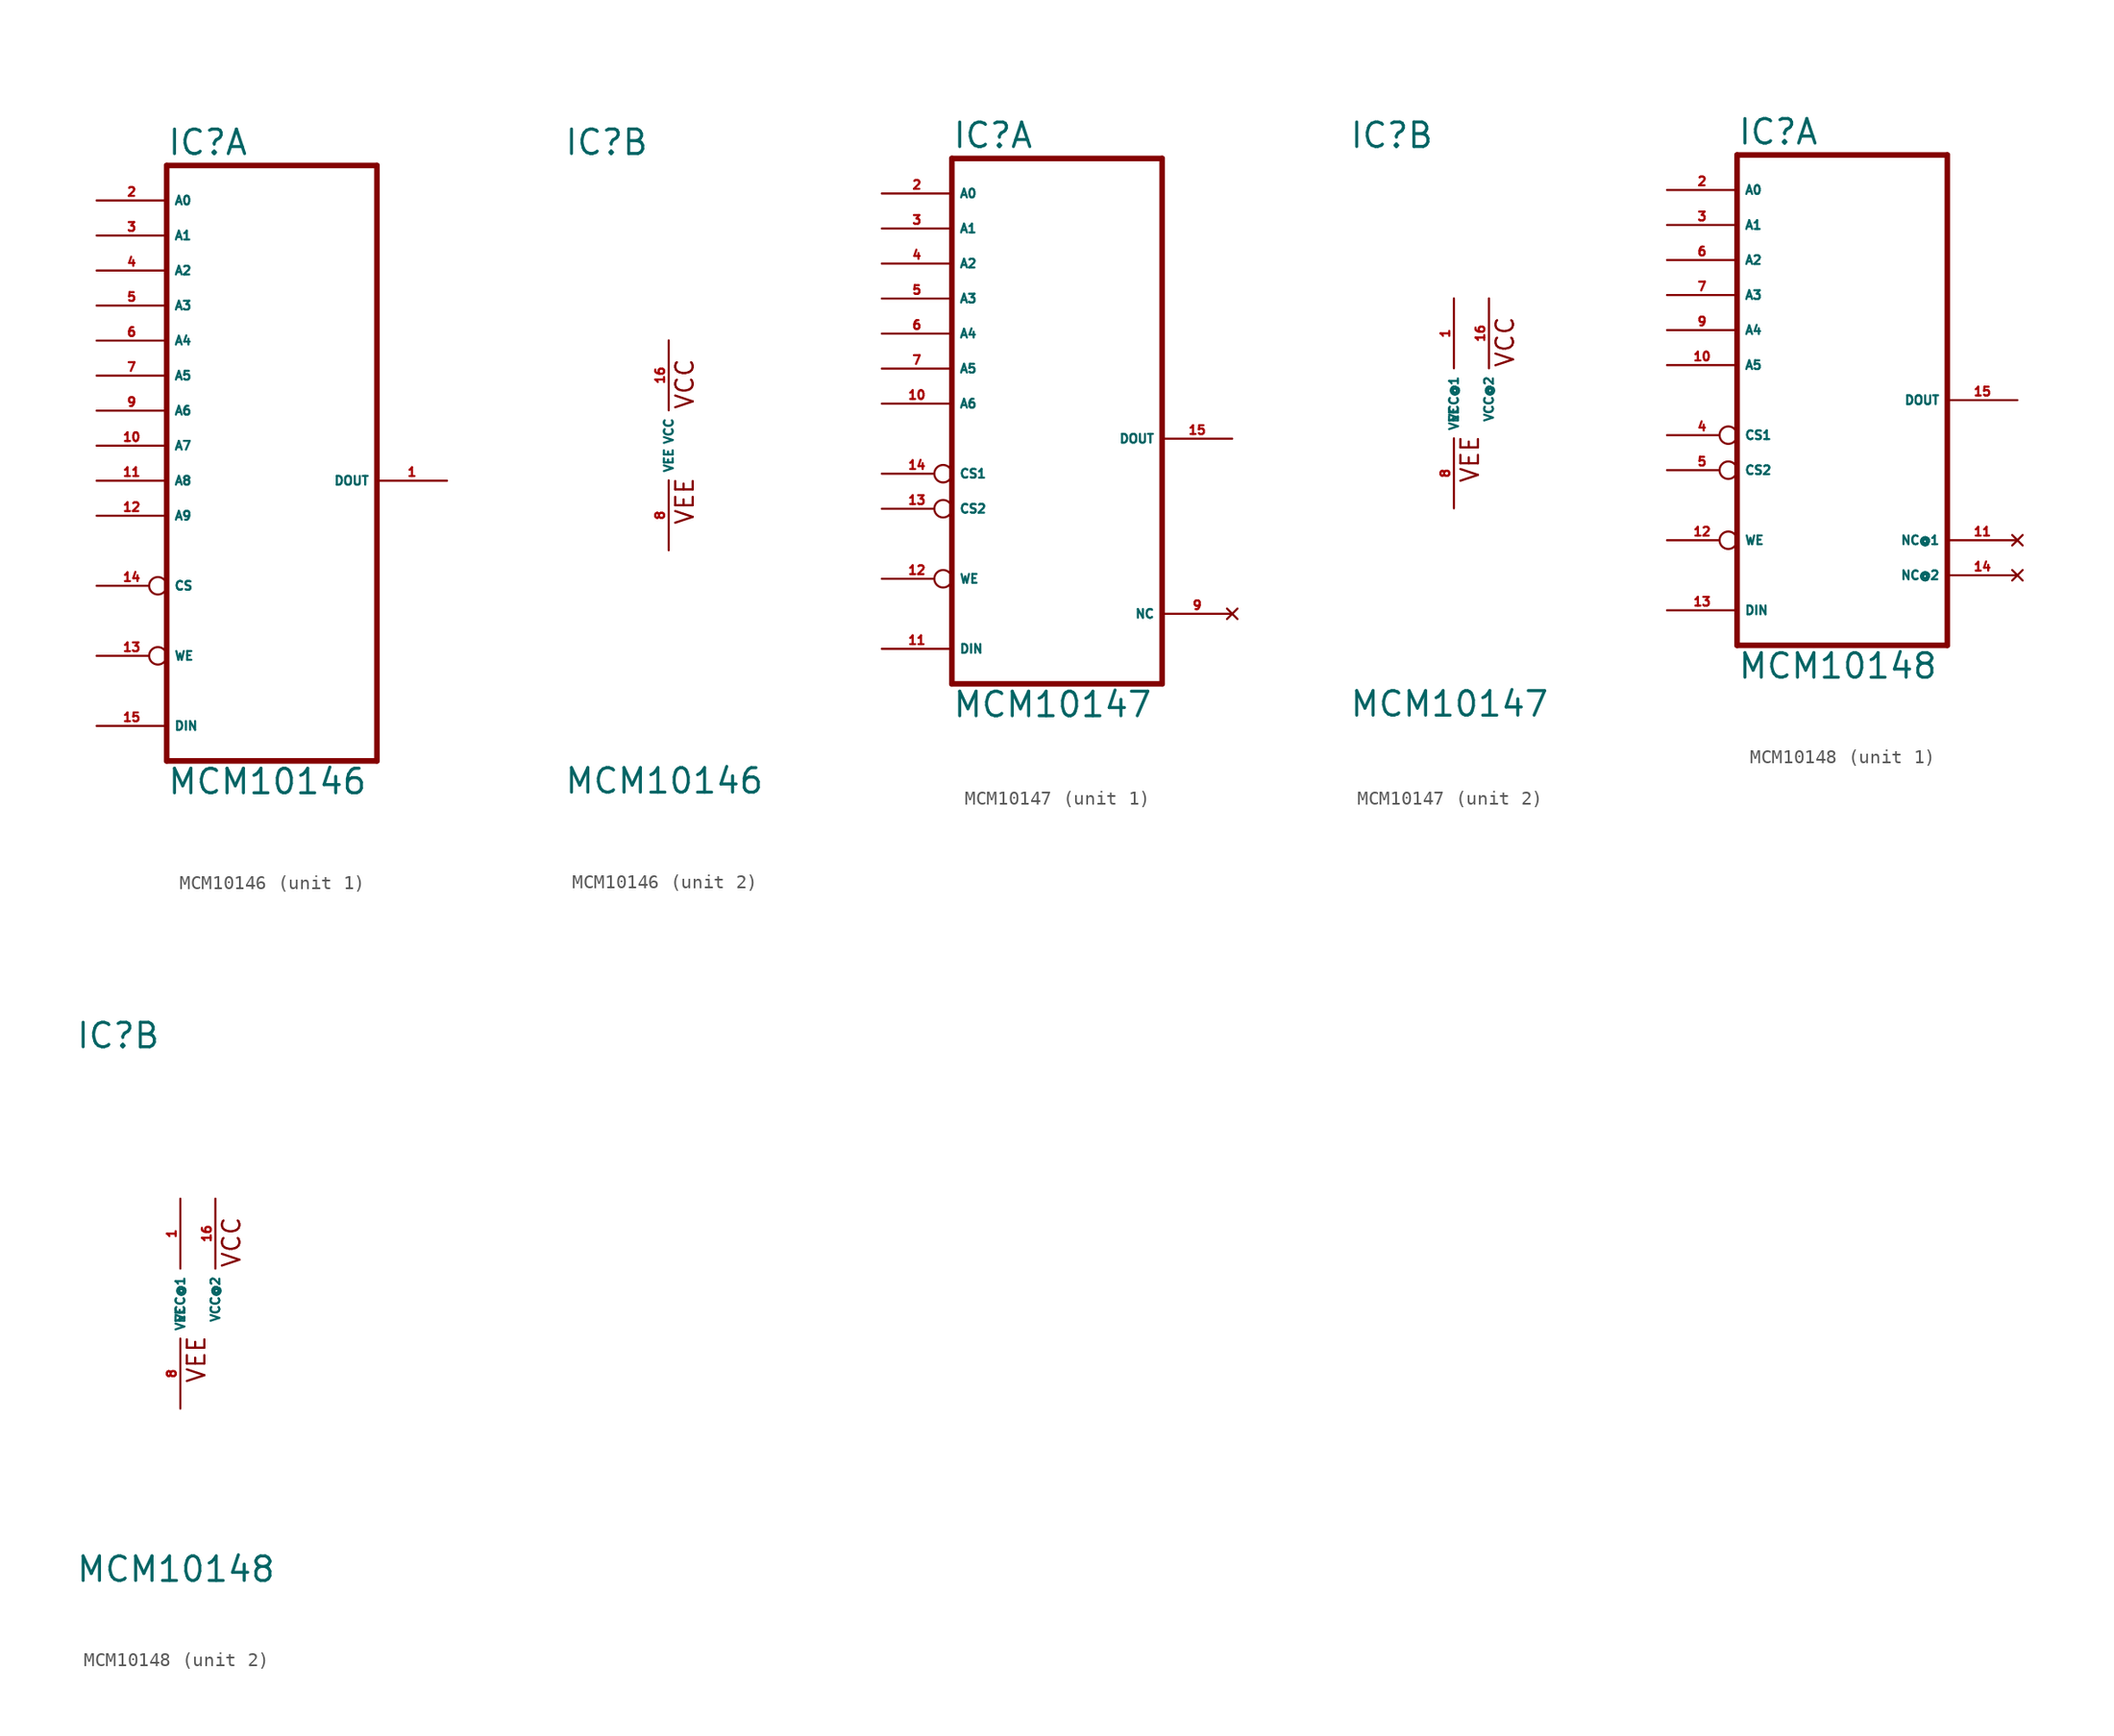
<source format=kicad_sym>
(kicad_symbol_lib
  (version 20220914)
  (generator Eagle2Kicad)
  (symbol "MCM10146"
    (property "Reference" "IC"
      (at -7.62 20.955 0)
      (effects (font (size 1.778 1.778) (thickness 0.22)) (justify left bottom)))
    (property "Value" "MCM10146"
      (at -7.62 -25.4 0)
      (effects (font (size 1.778 1.778) (thickness 0.22)) (justify left bottom)))
    (symbol "MCM10146_1_0"
      (polyline (pts (xy -7.62 -22.86) (xy 7.62 -22.86)) (stroke (width 0.406) (type default)) (fill (type none)))
      (polyline (pts (xy 7.62 20.32) (xy 7.62 -22.86)) (stroke (width 0.406) (type default)) (fill (type none)))
      (polyline (pts (xy 7.62 20.32) (xy -7.62 20.32)) (stroke (width 0.406) (type default)) (fill (type none)))
      (polyline (pts (xy -7.62 -22.86) (xy -7.62 20.32)) (stroke (width 0.406) (type default)) (fill (type none)))
      (pin input line (at -12.7 17.78 0) (length 5.08) (name "A0" (effects (font (size 0.635 0.635) (thickness 0.08)) (justify left bottom))) (number "2" (effects (font (size 0.635 0.635) (thickness 0.08)) (justify left bottom))))
      (pin input line (at -12.7 15.24 0) (length 5.08) (name "A1" (effects (font (size 0.635 0.635) (thickness 0.08)) (justify left bottom))) (number "3" (effects (font (size 0.635 0.635) (thickness 0.08)) (justify left bottom))))
      (pin input line (at -12.7 12.7 0) (length 5.08) (name "A2" (effects (font (size 0.635 0.635) (thickness 0.08)) (justify left bottom))) (number "4" (effects (font (size 0.635 0.635) (thickness 0.08)) (justify left bottom))))
      (pin input line (at -12.7 10.16 0) (length 5.08) (name "A3" (effects (font (size 0.635 0.635) (thickness 0.08)) (justify left bottom))) (number "5" (effects (font (size 0.635 0.635) (thickness 0.08)) (justify left bottom))))
      (pin input line (at -12.7 7.62 0) (length 5.08) (name "A4" (effects (font (size 0.635 0.635) (thickness 0.08)) (justify left bottom))) (number "6" (effects (font (size 0.635 0.635) (thickness 0.08)) (justify left bottom))))
      (pin input line (at -12.7 5.08 0) (length 5.08) (name "A5" (effects (font (size 0.635 0.635) (thickness 0.08)) (justify left bottom))) (number "7" (effects (font (size 0.635 0.635) (thickness 0.08)) (justify left bottom))))
      (pin input line (at -12.7 2.54 0) (length 5.08) (name "A6" (effects (font (size 0.635 0.635) (thickness 0.08)) (justify left bottom))) (number "9" (effects (font (size 0.635 0.635) (thickness 0.08)) (justify left bottom))))
      (pin input line (at -12.7 0 0) (length 5.08) (name "A7" (effects (font (size 0.635 0.635) (thickness 0.08)) (justify left bottom))) (number "10" (effects (font (size 0.635 0.635) (thickness 0.08)) (justify left bottom))))
      (pin input line (at -12.7 -2.54 0) (length 5.08) (name "A8" (effects (font (size 0.635 0.635) (thickness 0.08)) (justify left bottom))) (number "11" (effects (font (size 0.635 0.635) (thickness 0.08)) (justify left bottom))))
      (pin input line (at -12.7 -5.08 0) (length 5.08) (name "A9" (effects (font (size 0.635 0.635) (thickness 0.08)) (justify left bottom))) (number "12" (effects (font (size 0.635 0.635) (thickness 0.08)) (justify left bottom))))
      (pin input inverted (at -12.7 -10.16 0) (length 5.08) (name "CS" (effects (font (size 0.635 0.635) (thickness 0.08)) (justify left bottom))) (number "14" (effects (font (size 0.635 0.635) (thickness 0.08)) (justify left bottom))))
      (pin input inverted (at -12.7 -15.24 0) (length 5.08) (name "WE" (effects (font (size 0.635 0.635) (thickness 0.08)) (justify left bottom))) (number "13" (effects (font (size 0.635 0.635) (thickness 0.08)) (justify left bottom))))
      (pin input line (at -12.7 -20.32 0) (length 5.08) (name "DIN" (effects (font (size 0.635 0.635) (thickness 0.08)) (justify left bottom))) (number "15" (effects (font (size 0.635 0.635) (thickness 0.08)) (justify left bottom))))
      (pin output line (at 12.7 -2.54 180) (length 5.08) (name "DOUT" (effects (font (size 0.635 0.635) (thickness 0.08)) (justify left bottom))) (number "1" (effects (font (size 0.635 0.635) (thickness 0.08)) (justify left bottom)))))
    (symbol "MCM10146_2_0"
      (text "VCC" (at 1.905 2.54 900) (effects (font (size 1.27 1.27) (thickness 0.16)) (justify left bottom)))
      (text "VEE" (at 1.905 -5.842 900) (effects (font (size 1.27 1.27) (thickness 0.16)) (justify left bottom)))
      (pin unspecified line (at 0 -7.62 90) (length 5.08) (name "VEE" (effects (font (size 0.635 0.635) (thickness 0.08)) (justify left bottom))) (number "8" (effects (font (size 0.635 0.635) (thickness 0.08)) (justify left bottom))))
      (pin unspecified line (at 0 7.62 270) (length 5.08) (name "VCC" (effects (font (size 0.635 0.635) (thickness 0.08)) (justify left bottom))) (number "16" (effects (font (size 0.635 0.635) (thickness 0.08)) (justify left bottom))))))
  (symbol "MCM10147"
    (property "Reference" "IC"
      (at -7.62 18.415 0)
      (effects (font (size 1.778 1.778) (thickness 0.22)) (justify left bottom)))
    (property "Value" "MCM10147"
      (at -7.62 -22.86 0)
      (effects (font (size 1.778 1.778) (thickness 0.22)) (justify left bottom)))
    (symbol "MCM10147_1_0"
      (polyline (pts (xy -7.62 -20.32) (xy 7.62 -20.32)) (stroke (width 0.406) (type default)) (fill (type none)))
      (polyline (pts (xy 7.62 17.78) (xy 7.62 -20.32)) (stroke (width 0.406) (type default)) (fill (type none)))
      (polyline (pts (xy 7.62 17.78) (xy -7.62 17.78)) (stroke (width 0.406) (type default)) (fill (type none)))
      (polyline (pts (xy -7.62 -20.32) (xy -7.62 17.78)) (stroke (width 0.406) (type default)) (fill (type none)))
      (pin input line (at -12.7 15.24 0) (length 5.08) (name "A0" (effects (font (size 0.635 0.635) (thickness 0.08)) (justify left bottom))) (number "2" (effects (font (size 0.635 0.635) (thickness 0.08)) (justify left bottom))))
      (pin input line (at -12.7 12.7 0) (length 5.08) (name "A1" (effects (font (size 0.635 0.635) (thickness 0.08)) (justify left bottom))) (number "3" (effects (font (size 0.635 0.635) (thickness 0.08)) (justify left bottom))))
      (pin input line (at -12.7 10.16 0) (length 5.08) (name "A2" (effects (font (size 0.635 0.635) (thickness 0.08)) (justify left bottom))) (number "4" (effects (font (size 0.635 0.635) (thickness 0.08)) (justify left bottom))))
      (pin input line (at -12.7 7.62 0) (length 5.08) (name "A3" (effects (font (size 0.635 0.635) (thickness 0.08)) (justify left bottom))) (number "5" (effects (font (size 0.635 0.635) (thickness 0.08)) (justify left bottom))))
      (pin input line (at -12.7 5.08 0) (length 5.08) (name "A4" (effects (font (size 0.635 0.635) (thickness 0.08)) (justify left bottom))) (number "6" (effects (font (size 0.635 0.635) (thickness 0.08)) (justify left bottom))))
      (pin input line (at -12.7 2.54 0) (length 5.08) (name "A5" (effects (font (size 0.635 0.635) (thickness 0.08)) (justify left bottom))) (number "7" (effects (font (size 0.635 0.635) (thickness 0.08)) (justify left bottom))))
      (pin input line (at -12.7 0 0) (length 5.08) (name "A6" (effects (font (size 0.635 0.635) (thickness 0.08)) (justify left bottom))) (number "10" (effects (font (size 0.635 0.635) (thickness 0.08)) (justify left bottom))))
      (pin input inverted (at -12.7 -5.08 0) (length 5.08) (name "CS1" (effects (font (size 0.635 0.635) (thickness 0.08)) (justify left bottom))) (number "14" (effects (font (size 0.635 0.635) (thickness 0.08)) (justify left bottom))))
      (pin input inverted (at -12.7 -7.62 0) (length 5.08) (name "CS2" (effects (font (size 0.635 0.635) (thickness 0.08)) (justify left bottom))) (number "13" (effects (font (size 0.635 0.635) (thickness 0.08)) (justify left bottom))))
      (pin input inverted (at -12.7 -12.7 0) (length 5.08) (name "WE" (effects (font (size 0.635 0.635) (thickness 0.08)) (justify left bottom))) (number "12" (effects (font (size 0.635 0.635) (thickness 0.08)) (justify left bottom))))
      (pin input line (at -12.7 -17.78 0) (length 5.08) (name "DIN" (effects (font (size 0.635 0.635) (thickness 0.08)) (justify left bottom))) (number "11" (effects (font (size 0.635 0.635) (thickness 0.08)) (justify left bottom))))
      (pin output line (at 12.7 -2.54 180) (length 5.08) (name "DOUT" (effects (font (size 0.635 0.635) (thickness 0.08)) (justify left bottom))) (number "15" (effects (font (size 0.635 0.635) (thickness 0.08)) (justify left bottom))))
      (pin no_connect line (at 12.7 -15.24 180) (length 5.08) (name "NC" (effects (font (size 0.635 0.635) (thickness 0.08)) (justify left bottom) hide)) (number "9" (effects (font (size 0.635 0.635) (thickness 0.08)) (justify left bottom) hide))))
    (symbol "MCM10147_2_0"
      (text "VCC" (at 4.445 2.54 900) (effects (font (size 1.27 1.27) (thickness 0.16)) (justify left bottom)))
      (text "VEE" (at 1.905 -5.842 900) (effects (font (size 1.27 1.27) (thickness 0.16)) (justify left bottom)))
      (pin unspecified line (at 0 -7.62 90) (length 5.08) (name "VEE" (effects (font (size 0.635 0.635) (thickness 0.08)) (justify left bottom))) (number "8" (effects (font (size 0.635 0.635) (thickness 0.08)) (justify left bottom))))
      (pin unspecified line (at 0 7.62 270) (length 5.08) (name "VCC@1" (effects (font (size 0.635 0.635) (thickness 0.08)) (justify left bottom))) (number "1" (effects (font (size 0.635 0.635) (thickness 0.08)) (justify left bottom))))
      (pin unspecified line (at 2.54 7.62 270) (length 5.08) (name "VCC@2" (effects (font (size 0.635 0.635) (thickness 0.08)) (justify left bottom))) (number "16" (effects (font (size 0.635 0.635) (thickness 0.08)) (justify left bottom))))))
  (symbol "MCM10148"
    (property "Reference" "IC"
      (at -7.62 18.415 0)
      (effects (font (size 1.778 1.778) (thickness 0.22)) (justify left bottom)))
    (property "Value" "MCM10148"
      (at -7.62 -20.32 0)
      (effects (font (size 1.778 1.778) (thickness 0.22)) (justify left bottom)))
    (symbol "MCM10148_1_0"
      (polyline (pts (xy -7.62 -17.78) (xy 7.62 -17.78)) (stroke (width 0.406) (type default)) (fill (type none)))
      (polyline (pts (xy 7.62 17.78) (xy 7.62 -17.78)) (stroke (width 0.406) (type default)) (fill (type none)))
      (polyline (pts (xy 7.62 17.78) (xy -7.62 17.78)) (stroke (width 0.406) (type default)) (fill (type none)))
      (polyline (pts (xy -7.62 -17.78) (xy -7.62 17.78)) (stroke (width 0.406) (type default)) (fill (type none)))
      (pin input line (at -12.7 15.24 0) (length 5.08) (name "A0" (effects (font (size 0.635 0.635) (thickness 0.08)) (justify left bottom))) (number "2" (effects (font (size 0.635 0.635) (thickness 0.08)) (justify left bottom))))
      (pin input line (at -12.7 12.7 0) (length 5.08) (name "A1" (effects (font (size 0.635 0.635) (thickness 0.08)) (justify left bottom))) (number "3" (effects (font (size 0.635 0.635) (thickness 0.08)) (justify left bottom))))
      (pin input line (at -12.7 10.16 0) (length 5.08) (name "A2" (effects (font (size 0.635 0.635) (thickness 0.08)) (justify left bottom))) (number "6" (effects (font (size 0.635 0.635) (thickness 0.08)) (justify left bottom))))
      (pin input line (at -12.7 7.62 0) (length 5.08) (name "A3" (effects (font (size 0.635 0.635) (thickness 0.08)) (justify left bottom))) (number "7" (effects (font (size 0.635 0.635) (thickness 0.08)) (justify left bottom))))
      (pin input line (at -12.7 5.08 0) (length 5.08) (name "A4" (effects (font (size 0.635 0.635) (thickness 0.08)) (justify left bottom))) (number "9" (effects (font (size 0.635 0.635) (thickness 0.08)) (justify left bottom))))
      (pin input line (at -12.7 2.54 0) (length 5.08) (name "A5" (effects (font (size 0.635 0.635) (thickness 0.08)) (justify left bottom))) (number "10" (effects (font (size 0.635 0.635) (thickness 0.08)) (justify left bottom))))
      (pin no_connect line (at 12.7 -10.16 180) (length 5.08) (name "NC@1" (effects (font (size 0.635 0.635) (thickness 0.08)) (justify left bottom) hide)) (number "11" (effects (font (size 0.635 0.635) (thickness 0.08)) (justify left bottom) hide)))
      (pin input inverted (at -12.7 -2.54 0) (length 5.08) (name "CS1" (effects (font (size 0.635 0.635) (thickness 0.08)) (justify left bottom))) (number "4" (effects (font (size 0.635 0.635) (thickness 0.08)) (justify left bottom))))
      (pin input inverted (at -12.7 -5.08 0) (length 5.08) (name "CS2" (effects (font (size 0.635 0.635) (thickness 0.08)) (justify left bottom))) (number "5" (effects (font (size 0.635 0.635) (thickness 0.08)) (justify left bottom))))
      (pin input inverted (at -12.7 -10.16 0) (length 5.08) (name "WE" (effects (font (size 0.635 0.635) (thickness 0.08)) (justify left bottom))) (number "12" (effects (font (size 0.635 0.635) (thickness 0.08)) (justify left bottom))))
      (pin input line (at -12.7 -15.24 0) (length 5.08) (name "DIN" (effects (font (size 0.635 0.635) (thickness 0.08)) (justify left bottom))) (number "13" (effects (font (size 0.635 0.635) (thickness 0.08)) (justify left bottom))))
      (pin output line (at 12.7 0 180) (length 5.08) (name "DOUT" (effects (font (size 0.635 0.635) (thickness 0.08)) (justify left bottom))) (number "15" (effects (font (size 0.635 0.635) (thickness 0.08)) (justify left bottom))))
      (pin no_connect line (at 12.7 -12.7 180) (length 5.08) (name "NC@2" (effects (font (size 0.635 0.635) (thickness 0.08)) (justify left bottom) hide)) (number "14" (effects (font (size 0.635 0.635) (thickness 0.08)) (justify left bottom) hide))))
    (symbol "MCM10148_2_0"
      (text "VCC" (at 4.445 2.54 900) (effects (font (size 1.27 1.27) (thickness 0.16)) (justify left bottom)))
      (text "VEE" (at 1.905 -5.842 900) (effects (font (size 1.27 1.27) (thickness 0.16)) (justify left bottom)))
      (pin unspecified line (at 0 -7.62 90) (length 5.08) (name "VEE" (effects (font (size 0.635 0.635) (thickness 0.08)) (justify left bottom))) (number "8" (effects (font (size 0.635 0.635) (thickness 0.08)) (justify left bottom))))
      (pin unspecified line (at 0 7.62 270) (length 5.08) (name "VCC@1" (effects (font (size 0.635 0.635) (thickness 0.08)) (justify left bottom))) (number "1" (effects (font (size 0.635 0.635) (thickness 0.08)) (justify left bottom))))
      (pin unspecified line (at 2.54 7.62 270) (length 5.08) (name "VCC@2" (effects (font (size 0.635 0.635) (thickness 0.08)) (justify left bottom))) (number "16" (effects (font (size 0.635 0.635) (thickness 0.08)) (justify left bottom)))))))
</source>
